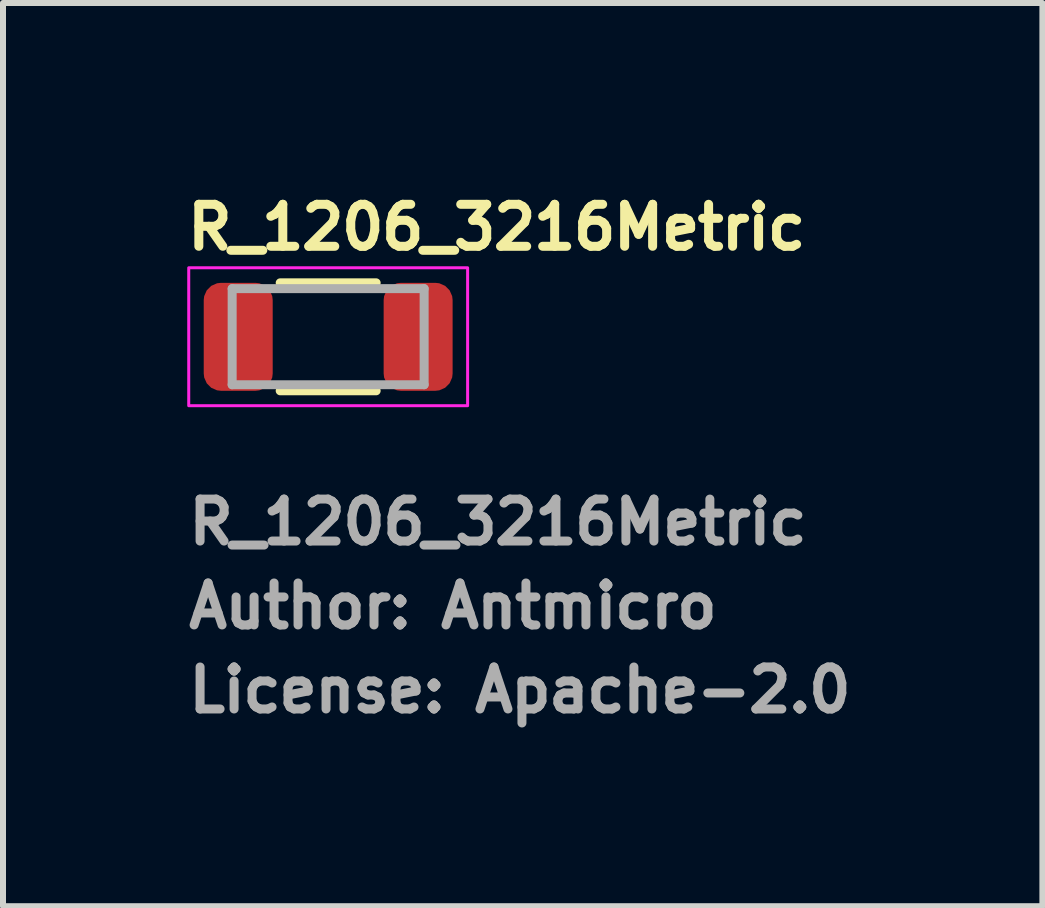
<source format=kicad_pcb>
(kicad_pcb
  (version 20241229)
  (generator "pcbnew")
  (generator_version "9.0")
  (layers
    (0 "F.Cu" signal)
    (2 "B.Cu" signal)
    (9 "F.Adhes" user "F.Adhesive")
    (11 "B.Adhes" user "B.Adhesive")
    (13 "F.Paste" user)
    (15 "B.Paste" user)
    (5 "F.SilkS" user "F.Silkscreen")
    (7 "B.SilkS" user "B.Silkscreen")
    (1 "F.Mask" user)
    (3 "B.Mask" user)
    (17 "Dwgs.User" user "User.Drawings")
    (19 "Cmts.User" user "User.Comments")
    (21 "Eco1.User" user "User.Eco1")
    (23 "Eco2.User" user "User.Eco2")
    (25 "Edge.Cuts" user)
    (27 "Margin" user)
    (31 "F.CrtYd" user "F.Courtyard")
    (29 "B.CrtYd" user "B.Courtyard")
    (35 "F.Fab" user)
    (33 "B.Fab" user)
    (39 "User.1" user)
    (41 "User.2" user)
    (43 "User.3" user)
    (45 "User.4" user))
  (footprint "R_1206_3216Metric"
    (layer "F.Cu")
    (at 2.422 2.565)
    (property "Reference" "R_1206_3216Metric" (at -2.422 -1.415 0) (layer "F.SilkS") (effects (font (size 0.7 0.7) (thickness 0.15)) (justify left bottom)))
    (attr smd)
    (fp_line (start 0.8 -0.899) (end -0.8 -0.899) (stroke (width 0.15) (type solid)) (layer "F.SilkS"))
    (fp_line (start 0.8 0.901) (end -0.8 0.901) (stroke (width 0.15) (type solid)) (layer "F.SilkS"))
    (fp_rect (start -2.325 -1.15) (end 2.325 1.15) (stroke (width 0.05) (type default)) (fill no) (layer "F.CrtYd"))
    (fp_line (start -1.601 -0.802) (end -1.601 0.8) (stroke (width 0.15) (type solid)) (layer "F.Fab"))
    (fp_line (start -1.601 -0.802) (end 1.6 -0.802) (stroke (width 0.15) (type solid)) (layer "F.Fab"))
    (fp_line (start -1.601 0.8) (end 1.6 0.8) (stroke (width 0.15) (type solid)) (layer "F.Fab"))
    (fp_line (start 1.6 -0.802) (end 1.6 0.8) (stroke (width 0.15) (type solid)) (layer "F.Fab"))
    (fp_rect (start -1.601 -0.802) (end 1.6 0.8) (stroke (width 0.1) (type solid)) (fill no) (layer "User.5"))
    (fp_line (start -1.601 -0.802) (end -1.401 -0.802) (stroke (width 0.02) (type solid)) (layer "User.9"))
    (fp_line (start -1.601 0.8) (end -1.601 -0.802) (stroke (width 0.02) (type solid)) (layer "User.9"))
    (fp_line (start -1.601 0.8) (end -1.401 0.8) (stroke (width 0.02) (type solid)) (layer "User.9"))
    (fp_line (start -1.401 0.8) (end -1.101 0.8) (stroke (width 0.02) (type solid)) (layer "User.9"))
    (fp_line (start -1.101 -0.802) (end -1.401 -0.802) (stroke (width 0.02) (type solid)) (layer "User.9"))
    (fp_line (start -1.101 -0.802) (end -1.101 0.8) (stroke (width 0.02) (type solid)) (layer "User.9"))
    (fp_line (start -1.101 0.65) (end -1.101 -0.652) (stroke (width 0.02) (type solid)) (layer "User.9"))
    (fp_line (start 1.1 -0.802) (end -1.101 -0.802) (stroke (width 0.02) (type solid)) (layer "User.9"))
    (fp_line (start 1.1 -0.802) (end 1.1 0.8) (stroke (width 0.02) (type solid)) (layer "User.9"))
    (fp_line (start 1.1 0.65) (end 1.1 -0.652) (stroke (width 0.02) (type solid)) (layer "User.9"))
    (fp_line (start 1.1 0.8) (end -1.101 0.8) (stroke (width 0.02) (type solid)) (layer "User.9"))
    (fp_line (start 1.1 0.8) (end 1.398 0.8) (stroke (width 0.02) (type solid)) (layer "User.9"))
    (fp_line (start 1.398 -0.802) (end 1.1 -0.802) (stroke (width 0.02) (type solid)) (layer "User.9"))
    (fp_line (start 1.6 -0.802) (end 1.398 -0.802) (stroke (width 0.02) (type solid)) (layer "User.9"))
    (fp_line (start 1.6 0.8) (end 1.398 0.8) (stroke (width 0.02) (type solid)) (layer "User.9"))
    (fp_line (start 1.6 0.8) (end 1.6 -0.802) (stroke (width 0.02) (type solid)) (layer "User.9"))
    (fp_text user "Author: Antmicro" (at -2.401 4.899 0) (layer "F.Fab") (effects (font (size 0.7 0.7) (thickness 0.15)) (justify left bottom)))
    (fp_text user "License: Apache-2.0" (at -2.401 6.3 0) (layer "F.Fab") (effects (font (size 0.7 0.7) (thickness 0.15)) (justify left bottom)))
    (fp_text user "${REFERENCE}" (at -2.401 3.5 0) (layer "F.Fab") (effects (font (size 0.7 0.7) (thickness 0.15)) (justify left bottom)))
    (pad "1" smd roundrect (at -1.5 0.001) (size 1.15 1.8) (layers "F.Cu" "F.Mask" "F.Paste") (roundrect_rratio 0.25))
    (pad "2" smd roundrect (at 1.5 0.001) (size 1.15 1.8) (layers "F.Cu" "F.Mask" "F.Paste") (roundrect_rratio 0.25)))
  (gr_rect
    (start -3 -3)
    (end 14.331 12.06)
    (stroke (width 0.1) (type default))
    (fill no)
    (layer "Edge.Cuts")))
</source>
